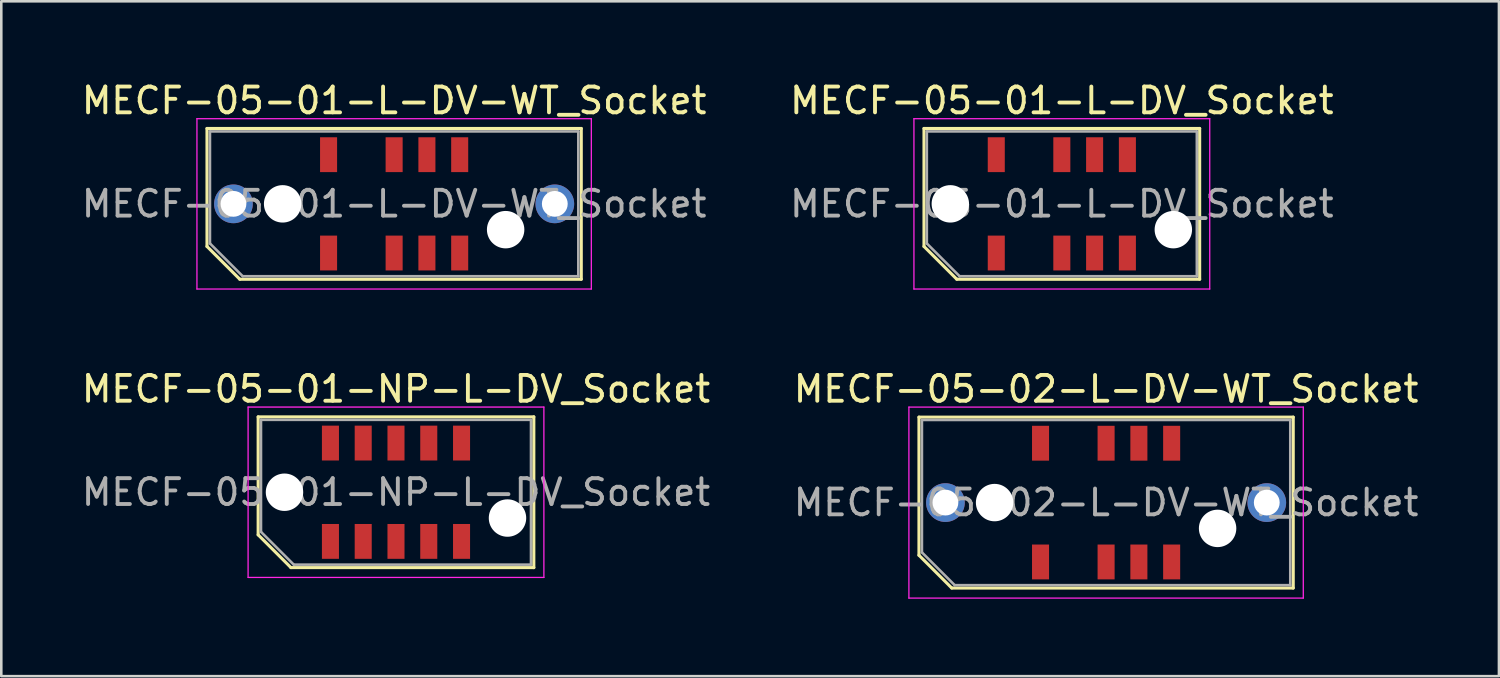
<source format=kicad_pcb>
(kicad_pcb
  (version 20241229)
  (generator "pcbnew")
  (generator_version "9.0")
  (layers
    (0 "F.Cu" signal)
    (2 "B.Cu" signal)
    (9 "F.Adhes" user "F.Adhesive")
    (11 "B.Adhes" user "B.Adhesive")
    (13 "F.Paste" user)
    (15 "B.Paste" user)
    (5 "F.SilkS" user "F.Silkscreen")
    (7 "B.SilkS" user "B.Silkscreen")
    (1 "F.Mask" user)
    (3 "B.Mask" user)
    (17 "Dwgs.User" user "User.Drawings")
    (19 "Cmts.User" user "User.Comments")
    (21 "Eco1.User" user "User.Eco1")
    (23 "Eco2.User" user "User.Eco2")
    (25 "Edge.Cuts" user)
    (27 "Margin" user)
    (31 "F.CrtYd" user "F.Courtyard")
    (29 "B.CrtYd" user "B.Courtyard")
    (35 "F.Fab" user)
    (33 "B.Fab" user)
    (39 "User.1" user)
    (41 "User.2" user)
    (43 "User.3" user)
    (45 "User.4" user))
  (footprint "MECF-05-01-NP-L-DV_Socket"
    (layer "F.Cu")
    (at 12.292 16.021)
    (property "Reference" "MECF-05-01-NP-L-DV_Socket" (at 0 -4 0) (layer "F.SilkS") (effects (font (size 1 1) (thickness 0.15))))
    (attr smd)
    (fp_line (start -5.34 -2.92) (end 5.34 -2.92) (stroke (width 0.12) (type solid)) (layer "F.SilkS"))
    (fp_line (start -5.34 1.65) (end -5.34 -2.92) (stroke (width 0.12) (type solid)) (layer "F.SilkS"))
    (fp_line (start -4.07 2.92) (end -5.34 1.65) (stroke (width 0.12) (type solid)) (layer "F.SilkS"))
    (fp_line (start -4.07 2.92) (end 5.34 2.92) (stroke (width 0.12) (type solid)) (layer "F.SilkS"))
    (fp_line (start 5.34 2.92) (end 5.34 -2.92) (stroke (width 0.12) (type solid)) (layer "F.SilkS"))
    (fp_line (start -5.73 -3.3) (end -5.73 3.3) (stroke (width 0.05) (type solid)) (layer "F.CrtYd"))
    (fp_line (start -5.73 3.3) (end 5.73 3.3) (stroke (width 0.05) (type solid)) (layer "F.CrtYd"))
    (fp_line (start 5.73 -3.3) (end -5.73 -3.3) (stroke (width 0.05) (type solid)) (layer "F.CrtYd"))
    (fp_line (start 5.73 3.3) (end 5.73 -3.3) (stroke (width 0.05) (type solid)) (layer "F.CrtYd"))
    (fp_line (start -5.23 -2.805) (end 5.23 -2.805) (stroke (width 0.1) (type solid)) (layer "F.Fab"))
    (fp_line (start -5.23 1.535) (end -5.23 -2.805) (stroke (width 0.1) (type solid)) (layer "F.Fab"))
    (fp_line (start -5.23 1.535) (end -3.96 2.805) (stroke (width 0.1) (type solid)) (layer "F.Fab"))
    (fp_line (start -3.96 2.805) (end 5.23 2.805) (stroke (width 0.1) (type solid)) (layer "F.Fab"))
    (fp_line (start 5.23 2.805) (end 5.23 -2.805) (stroke (width 0.1) (type solid)) (layer "F.Fab"))
    (fp_text user "${REFERENCE}" (at 0 0 0) (layer "F.Fab") (effects (font (size 1 1) (thickness 0.15))))
    (pad "" np_thru_hole circle (at -4.32 0) (size 1.45 1.45) (drill 1.45) (layers "*.Cu" "*.Mask"))
    (pad "" np_thru_hole circle (at 4.32 1) (size 1.45 1.45) (drill 1.45) (layers "*.Cu" "*.Mask"))
    (pad "1" smd rect (at -2.54 1.905) (size 0.66 1.35) (layers "F.Cu" "F.Mask" "F.Paste"))
    (pad "2" smd rect (at -2.54 -1.905) (size 0.66 1.35) (layers "F.Cu" "F.Mask" "F.Paste"))
    (pad "3" smd rect (at -1.27 1.905) (size 0.66 1.35) (layers "F.Cu" "F.Mask" "F.Paste"))
    (pad "4" smd rect (at -1.27 -1.905) (size 0.66 1.35) (layers "F.Cu" "F.Mask" "F.Paste"))
    (pad "5" smd rect (at 0 1.905) (size 0.66 1.35) (layers "F.Cu" "F.Mask" "F.Paste"))
    (pad "6" smd rect (at 0 -1.905) (size 0.66 1.35) (layers "F.Cu" "F.Mask" "F.Paste"))
    (pad "7" smd rect (at 1.27 1.905) (size 0.66 1.35) (layers "F.Cu" "F.Mask" "F.Paste"))
    (pad "8" smd rect (at 1.27 -1.905) (size 0.66 1.35) (layers "F.Cu" "F.Mask" "F.Paste"))
    (pad "9" smd rect (at 2.54 1.905) (size 0.66 1.35) (layers "F.Cu" "F.Mask" "F.Paste"))
    (pad "10" smd rect (at 2.54 -1.905) (size 0.66 1.35) (layers "F.Cu" "F.Mask" "F.Paste")))
  (footprint "MECF-05-01-L-DV_Socket"
    (layer "F.Cu")
    (at 38.089 4.848)
    (property "Reference" "MECF-05-01-L-DV_Socket" (at 0 -4 0) (layer "F.SilkS") (effects (font (size 1 1) (thickness 0.15))))
    (attr smd)
    (fp_line (start -5.34 -2.92) (end 5.34 -2.92) (stroke (width 0.12) (type solid)) (layer "F.SilkS"))
    (fp_line (start -5.34 1.65) (end -5.34 -2.92) (stroke (width 0.12) (type solid)) (layer "F.SilkS"))
    (fp_line (start -4.07 2.92) (end -5.34 1.65) (stroke (width 0.12) (type solid)) (layer "F.SilkS"))
    (fp_line (start -4.07 2.92) (end 5.34 2.92) (stroke (width 0.12) (type solid)) (layer "F.SilkS"))
    (fp_line (start 5.34 2.92) (end 5.34 -2.92) (stroke (width 0.12) (type solid)) (layer "F.SilkS"))
    (fp_line (start -5.73 -3.3) (end -5.73 3.3) (stroke (width 0.05) (type solid)) (layer "F.CrtYd"))
    (fp_line (start -5.73 3.3) (end 5.73 3.3) (stroke (width 0.05) (type solid)) (layer "F.CrtYd"))
    (fp_line (start 5.73 -3.3) (end -5.73 -3.3) (stroke (width 0.05) (type solid)) (layer "F.CrtYd"))
    (fp_line (start 5.73 3.3) (end 5.73 -3.3) (stroke (width 0.05) (type solid)) (layer "F.CrtYd"))
    (fp_line (start -5.23 -2.805) (end 5.23 -2.805) (stroke (width 0.1) (type solid)) (layer "F.Fab"))
    (fp_line (start -5.23 1.535) (end -5.23 -2.805) (stroke (width 0.1) (type solid)) (layer "F.Fab"))
    (fp_line (start -5.23 1.535) (end -3.96 2.805) (stroke (width 0.1) (type solid)) (layer "F.Fab"))
    (fp_line (start -3.96 2.805) (end 5.23 2.805) (stroke (width 0.1) (type solid)) (layer "F.Fab"))
    (fp_line (start 5.23 2.805) (end 5.23 -2.805) (stroke (width 0.1) (type solid)) (layer "F.Fab"))
    (fp_text user "${REFERENCE}" (at 0 0 0) (layer "F.Fab") (effects (font (size 1 1) (thickness 0.15))))
    (pad "" np_thru_hole circle (at -4.32 0) (size 1.45 1.45) (drill 1.45) (layers "*.Cu" "*.Mask"))
    (pad "" np_thru_hole circle (at 4.32 1) (size 1.45 1.45) (drill 1.45) (layers "*.Cu" "*.Mask"))
    (pad "1" smd rect (at -2.54 1.905) (size 0.66 1.35) (layers "F.Cu" "F.Mask" "F.Paste"))
    (pad "2" smd rect (at -2.54 -1.905) (size 0.66 1.35) (layers "F.Cu" "F.Mask" "F.Paste"))
    (pad "5" smd rect (at 0 1.905) (size 0.66 1.35) (layers "F.Cu" "F.Mask" "F.Paste"))
    (pad "6" smd rect (at 0 -1.905) (size 0.66 1.35) (layers "F.Cu" "F.Mask" "F.Paste"))
    (pad "7" smd rect (at 1.27 1.905) (size 0.66 1.35) (layers "F.Cu" "F.Mask" "F.Paste"))
    (pad "8" smd rect (at 1.27 -1.905) (size 0.66 1.35) (layers "F.Cu" "F.Mask" "F.Paste"))
    (pad "9" smd rect (at 2.54 1.905) (size 0.66 1.35) (layers "F.Cu" "F.Mask" "F.Paste"))
    (pad "10" smd rect (at 2.54 -1.905) (size 0.66 1.35) (layers "F.Cu" "F.Mask" "F.Paste")))
  (footprint "MECF-05-01-L-DV-WT_Socket"
    (layer "F.Cu")
    (at 12.22 4.848)
    (property "Reference" "MECF-05-01-L-DV-WT_Socket" (at 0 -4 0) (layer "F.SilkS") (effects (font (size 1 1) (thickness 0.15))))
    (attr smd)
    (fp_line (start -7.25 -2.92) (end 7.25 -2.92) (stroke (width 0.12) (type solid)) (layer "F.SilkS"))
    (fp_line (start -7.25 1.65) (end -7.25 -2.92) (stroke (width 0.12) (type solid)) (layer "F.SilkS"))
    (fp_line (start -5.98 2.92) (end -7.25 1.65) (stroke (width 0.12) (type solid)) (layer "F.SilkS"))
    (fp_line (start -5.98 2.92) (end 7.25 2.92) (stroke (width 0.12) (type solid)) (layer "F.SilkS"))
    (fp_line (start 7.25 2.92) (end 7.25 -2.92) (stroke (width 0.12) (type solid)) (layer "F.SilkS"))
    (fp_line (start -7.64 -3.3) (end -7.64 3.3) (stroke (width 0.05) (type solid)) (layer "F.CrtYd"))
    (fp_line (start -7.64 3.3) (end 7.64 3.3) (stroke (width 0.05) (type solid)) (layer "F.CrtYd"))
    (fp_line (start 7.64 -3.3) (end -7.64 -3.3) (stroke (width 0.05) (type solid)) (layer "F.CrtYd"))
    (fp_line (start 7.64 3.3) (end 7.64 -3.3) (stroke (width 0.05) (type solid)) (layer "F.CrtYd"))
    (fp_line (start -7.135 -2.805) (end 7.135 -2.805) (stroke (width 0.1) (type solid)) (layer "F.Fab"))
    (fp_line (start -7.135 1.535) (end -7.135 -2.805) (stroke (width 0.1) (type solid)) (layer "F.Fab"))
    (fp_line (start -7.135 1.535) (end -5.865 2.805) (stroke (width 0.1) (type solid)) (layer "F.Fab"))
    (fp_line (start -5.865 2.805) (end 7.135 2.805) (stroke (width 0.1) (type solid)) (layer "F.Fab"))
    (fp_line (start 7.135 2.805) (end 7.135 -2.805) (stroke (width 0.1) (type solid)) (layer "F.Fab"))
    (fp_text user "${REFERENCE}" (at 0 0 0) (layer "F.Fab") (effects (font (size 1 1) (thickness 0.15))))
    (pad "" thru_hole circle (at -6.225 0) (size 1.5 1.5) (drill 1) (layers "*.Cu" "*.Mask"))
    (pad "" np_thru_hole circle (at -4.32 0) (size 1.45 1.45) (drill 1.45) (layers "*.Cu" "*.Mask"))
    (pad "" np_thru_hole circle (at 4.32 1) (size 1.45 1.45) (drill 1.45) (layers "*.Cu" "*.Mask"))
    (pad "" thru_hole circle (at 6.225 0) (size 1.5 1.5) (drill 1) (layers "*.Cu" "*.Mask"))
    (pad "1" smd rect (at -2.54 1.905) (size 0.66 1.35) (layers "F.Cu" "F.Mask" "F.Paste"))
    (pad "2" smd rect (at -2.54 -1.905) (size 0.66 1.35) (layers "F.Cu" "F.Mask" "F.Paste"))
    (pad "5" smd rect (at 0 1.905) (size 0.66 1.35) (layers "F.Cu" "F.Mask" "F.Paste"))
    (pad "6" smd rect (at 0 -1.905) (size 0.66 1.35) (layers "F.Cu" "F.Mask" "F.Paste"))
    (pad "7" smd rect (at 1.27 1.905) (size 0.66 1.35) (layers "F.Cu" "F.Mask" "F.Paste"))
    (pad "8" smd rect (at 1.27 -1.905) (size 0.66 1.35) (layers "F.Cu" "F.Mask" "F.Paste"))
    (pad "9" smd rect (at 2.54 1.905) (size 0.66 1.35) (layers "F.Cu" "F.Mask" "F.Paste"))
    (pad "10" smd rect (at 2.54 -1.905) (size 0.66 1.35) (layers "F.Cu" "F.Mask" "F.Paste")))
  (footprint "MECF-05-02-L-DV-WT_Socket"
    (layer "F.Cu")
    (at 39.804 16.422)
    (property "Reference" "MECF-05-02-L-DV-WT_Socket" (at 0 -4.4 0) (layer "F.SilkS") (effects (font (size 1 1) (thickness 0.15))))
    (attr smd)
    (fp_line (start -7.25 -3.31) (end 7.25 -3.31) (stroke (width 0.12) (type solid)) (layer "F.SilkS"))
    (fp_line (start -7.25 2.04) (end -7.25 -3.31) (stroke (width 0.12) (type solid)) (layer "F.SilkS"))
    (fp_line (start -5.98 3.31) (end -7.25 2.04) (stroke (width 0.12) (type solid)) (layer "F.SilkS"))
    (fp_line (start -5.98 3.31) (end 7.25 3.31) (stroke (width 0.12) (type solid)) (layer "F.SilkS"))
    (fp_line (start 7.25 3.31) (end 7.25 -3.31) (stroke (width 0.12) (type solid)) (layer "F.SilkS"))
    (fp_line (start -7.64 -3.7) (end -7.64 3.7) (stroke (width 0.05) (type solid)) (layer "F.CrtYd"))
    (fp_line (start -7.64 3.7) (end 7.64 3.7) (stroke (width 0.05) (type solid)) (layer "F.CrtYd"))
    (fp_line (start 7.64 -3.7) (end -7.64 -3.7) (stroke (width 0.05) (type solid)) (layer "F.CrtYd"))
    (fp_line (start 7.64 3.7) (end 7.64 -3.7) (stroke (width 0.05) (type solid)) (layer "F.CrtYd"))
    (fp_line (start -7.135 -3.2) (end 7.135 -3.2) (stroke (width 0.1) (type solid)) (layer "F.Fab"))
    (fp_line (start -7.135 1.93) (end -7.135 -3.2) (stroke (width 0.1) (type solid)) (layer "F.Fab"))
    (fp_line (start -7.135 1.93) (end -5.865 3.2) (stroke (width 0.1) (type solid)) (layer "F.Fab"))
    (fp_line (start -5.865 3.2) (end 7.135 3.2) (stroke (width 0.1) (type solid)) (layer "F.Fab"))
    (fp_line (start 7.135 3.2) (end 7.135 -3.2) (stroke (width 0.1) (type solid)) (layer "F.Fab"))
    (fp_text user "${REFERENCE}" (at 0 0 0) (layer "F.Fab") (effects (font (size 1 1) (thickness 0.15))))
    (pad "" thru_hole circle (at -6.225 0) (size 1.5 1.5) (drill 1) (layers "*.Cu" "*.Mask"))
    (pad "" np_thru_hole circle (at -4.32 0) (size 1.45 1.45) (drill 1.45) (layers "*.Cu" "*.Mask"))
    (pad "" np_thru_hole circle (at 4.32 1) (size 1.45 1.45) (drill 1.45) (layers "*.Cu" "*.Mask"))
    (pad "" thru_hole circle (at 6.225 0) (size 1.5 1.5) (drill 1) (layers "*.Cu" "*.Mask"))
    (pad "1" smd rect (at -2.54 2.3) (size 0.66 1.35) (layers "F.Cu" "F.Mask" "F.Paste"))
    (pad "2" smd rect (at -2.54 -2.3) (size 0.66 1.35) (layers "F.Cu" "F.Mask" "F.Paste"))
    (pad "5" smd rect (at 0 2.3) (size 0.66 1.35) (layers "F.Cu" "F.Mask" "F.Paste"))
    (pad "6" smd rect (at 0 -2.3) (size 0.66 1.35) (layers "F.Cu" "F.Mask" "F.Paste"))
    (pad "7" smd rect (at 1.27 2.3) (size 0.66 1.35) (layers "F.Cu" "F.Mask" "F.Paste"))
    (pad "8" smd rect (at 1.27 -2.3) (size 0.66 1.35) (layers "F.Cu" "F.Mask" "F.Paste"))
    (pad "9" smd rect (at 2.54 2.3) (size 0.66 1.35) (layers "F.Cu" "F.Mask" "F.Paste"))
    (pad "10" smd rect (at 2.54 -2.3) (size 0.66 1.35) (layers "F.Cu" "F.Mask" "F.Paste")))
  (gr_rect
    (start -3 -3)
    (end 55.024 23.146)
    (stroke (width 0.1) (type default))
    (fill no)
    (layer "Edge.Cuts")))
</source>
